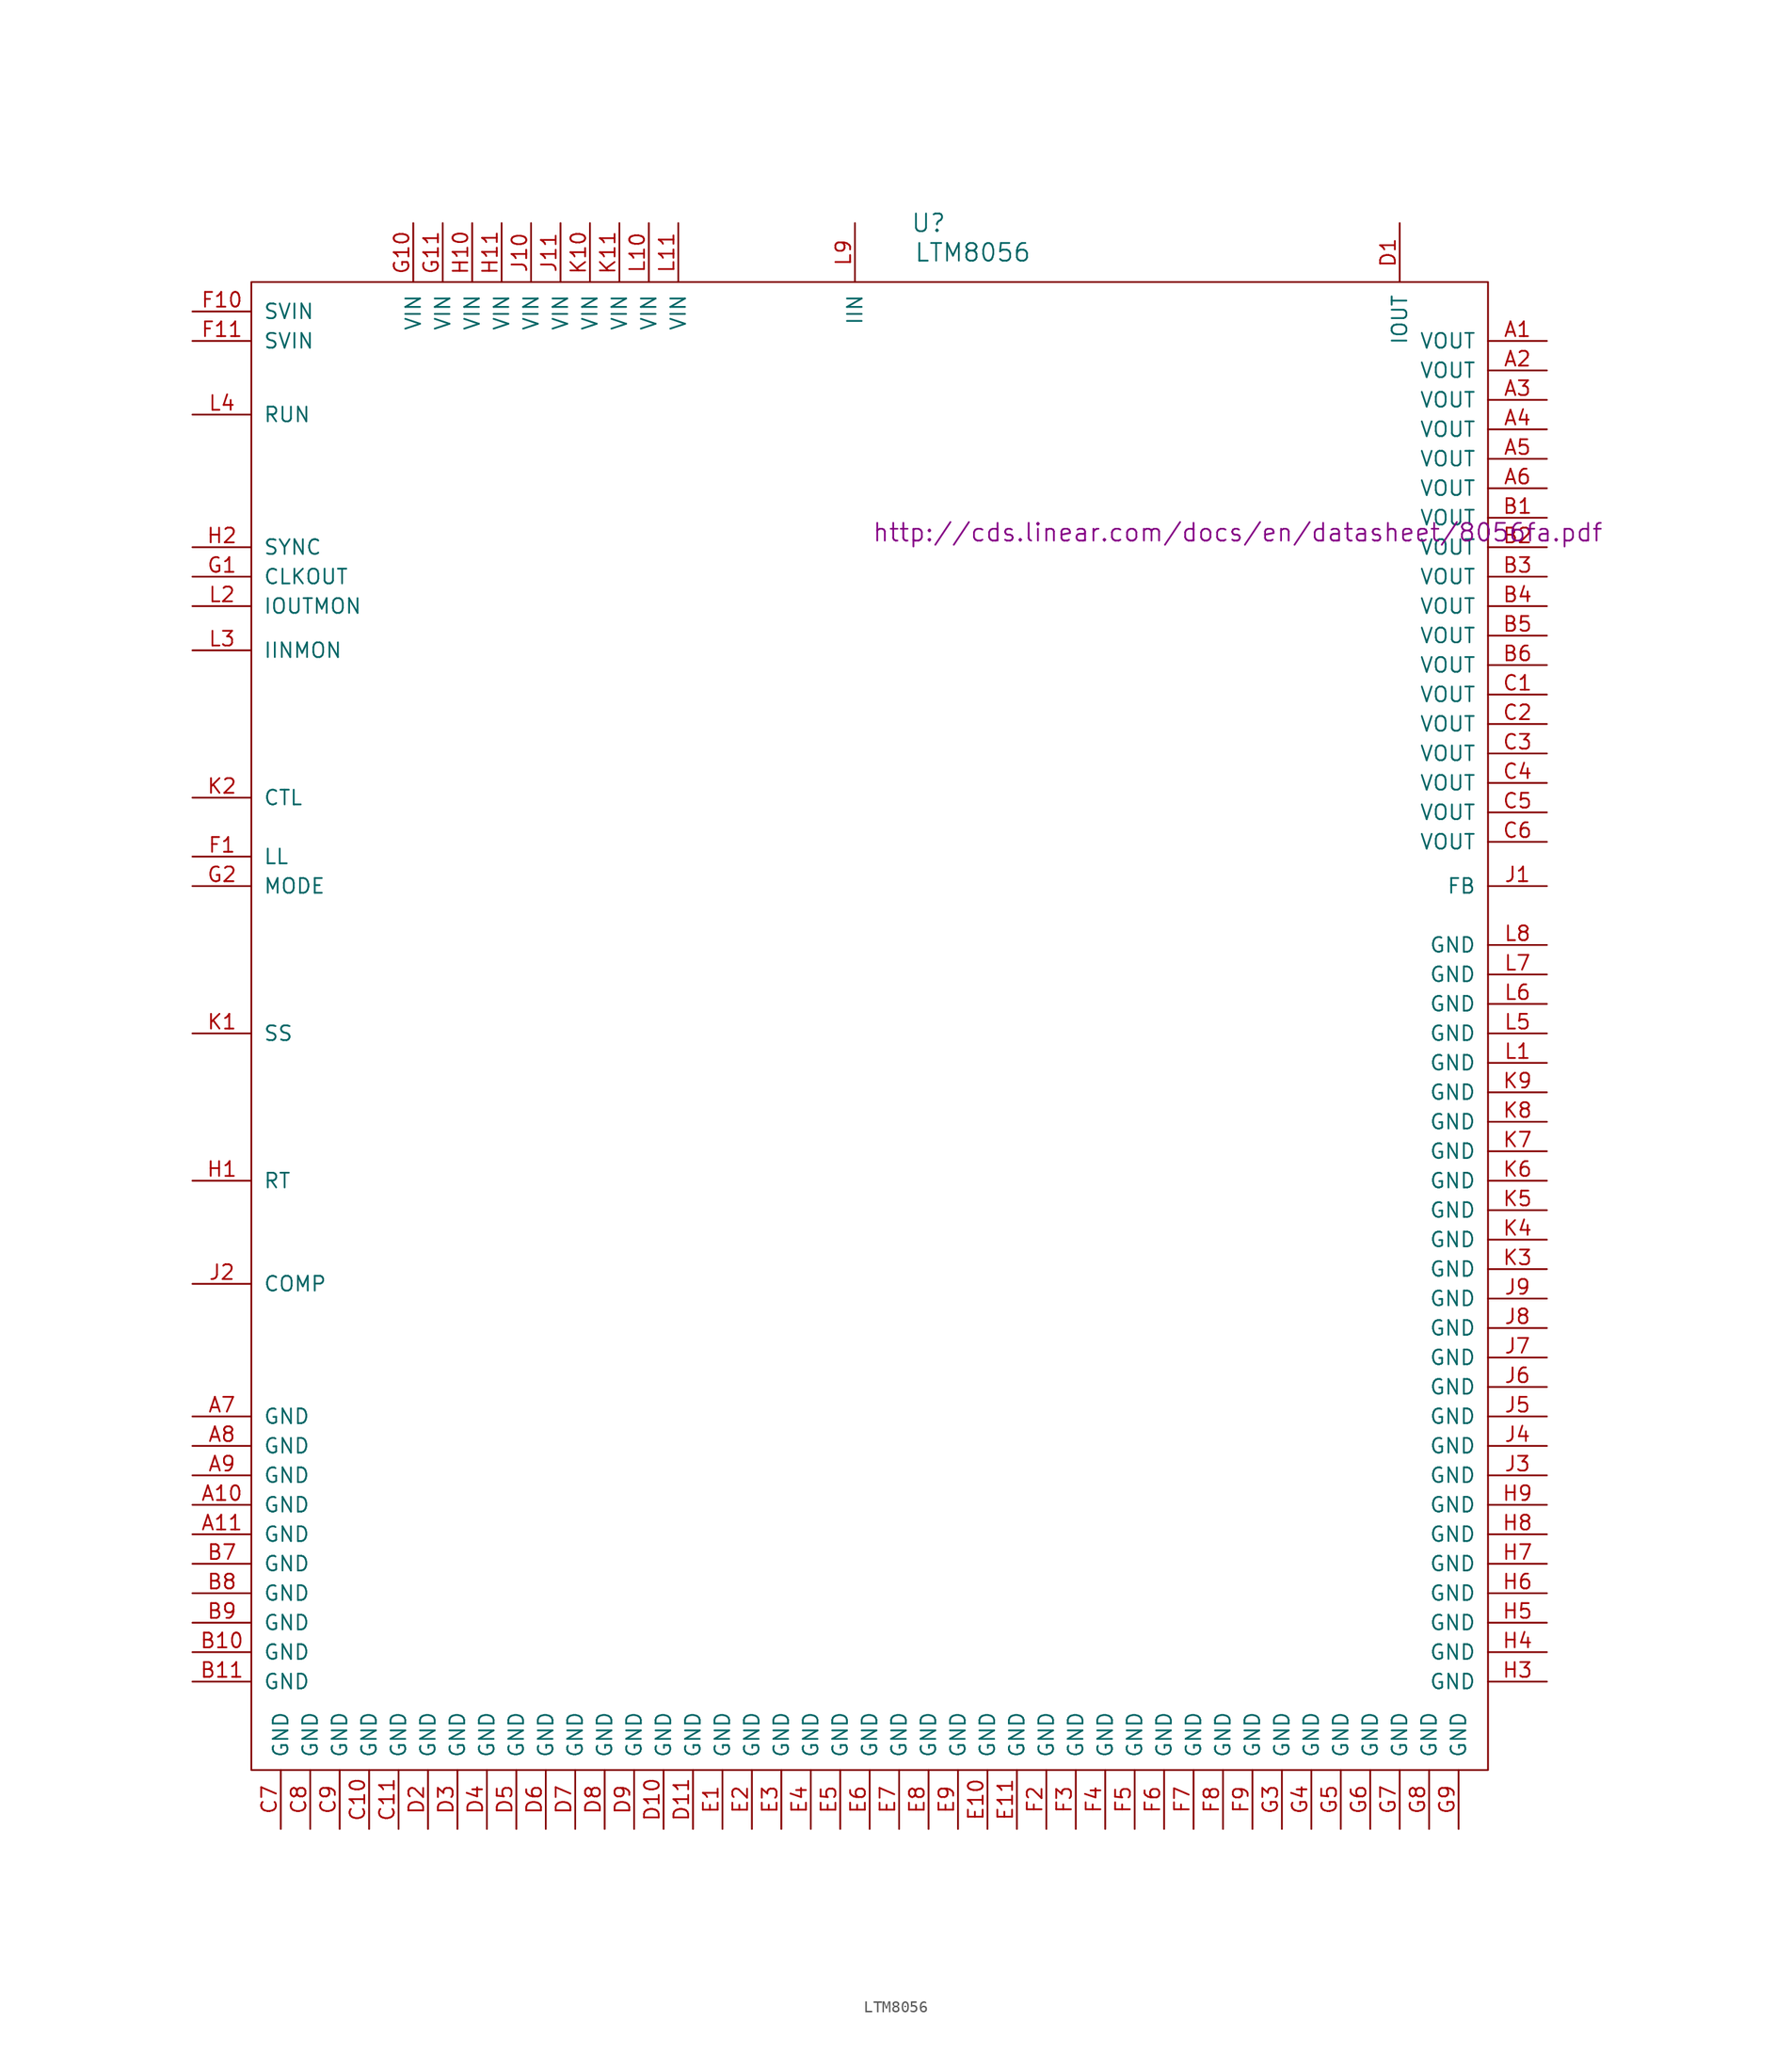
<source format=kicad_sym>
(kicad_symbol_lib
  (version 20220914)
  (generator kicad_symbol_editor)
  (symbol "LTM8056"
    (pin_names
      (offset 1.016))
    (property "Reference" "U"
      (at 5.08 68.58 0)
      (effects (font (size 1.524 1.524))))
    (property "Value" "LTM8056"
      (at 8.89 66.04 0)
      (effects (font (size 1.524 1.524))))
    (property "Footprint" ""
      (at 31.75 41.91 0)
      (effects (font (size 1.524 1.524))))
    (property "Datasheet" "http://cds.linear.com/docs/en/datasheet/8056fa.pdf"
      (at 31.75 41.91 0)
      (effects (font (size 1.524 1.524))))
    (symbol "LTM8056_0_1"
      (rectangle (start -53.34 63.5) (end 53.34 -64.77) (stroke (width 0) (type default)) (fill (type none))))
    (symbol "LTM8056_1_1"
      (pin input line (at 58.42 58.42 180) (length 5.08) (name "VOUT" (effects (font (size 1.27 1.27)))) (number "A1" (effects (font (size 1.27 1.27)))))
      (pin input line (at -58.42 -41.91 0) (length 5.08) (name "GND" (effects (font (size 1.27 1.27)))) (number "A10" (effects (font (size 1.27 1.27)))))
      (pin input line (at -58.42 -44.45 0) (length 5.08) (name "GND" (effects (font (size 1.27 1.27)))) (number "A11" (effects (font (size 1.27 1.27)))))
      (pin input line (at 58.42 55.88 180) (length 5.08) (name "VOUT" (effects (font (size 1.27 1.27)))) (number "A2" (effects (font (size 1.27 1.27)))))
      (pin input line (at 58.42 53.34 180) (length 5.08) (name "VOUT" (effects (font (size 1.27 1.27)))) (number "A3" (effects (font (size 1.27 1.27)))))
      (pin input line (at 58.42 50.8 180) (length 5.08) (name "VOUT" (effects (font (size 1.27 1.27)))) (number "A4" (effects (font (size 1.27 1.27)))))
      (pin input line (at 58.42 48.26 180) (length 5.08) (name "VOUT" (effects (font (size 1.27 1.27)))) (number "A5" (effects (font (size 1.27 1.27)))))
      (pin input line (at 58.42 45.72 180) (length 5.08) (name "VOUT" (effects (font (size 1.27 1.27)))) (number "A6" (effects (font (size 1.27 1.27)))))
      (pin input line (at -58.42 -34.29 0) (length 5.08) (name "GND" (effects (font (size 1.27 1.27)))) (number "A7" (effects (font (size 1.27 1.27)))))
      (pin input line (at -58.42 -36.83 0) (length 5.08) (name "GND" (effects (font (size 1.27 1.27)))) (number "A8" (effects (font (size 1.27 1.27)))))
      (pin input line (at -58.42 -39.37 0) (length 5.08) (name "GND" (effects (font (size 1.27 1.27)))) (number "A9" (effects (font (size 1.27 1.27)))))
      (pin input line (at 58.42 43.18 180) (length 5.08) (name "VOUT" (effects (font (size 1.27 1.27)))) (number "B1" (effects (font (size 1.27 1.27)))))
      (pin input line (at -58.42 -54.61 0) (length 5.08) (name "GND" (effects (font (size 1.27 1.27)))) (number "B10" (effects (font (size 1.27 1.27)))))
      (pin input line (at -58.42 -57.15 0) (length 5.08) (name "GND" (effects (font (size 1.27 1.27)))) (number "B11" (effects (font (size 1.27 1.27)))))
      (pin input line (at 58.42 40.64 180) (length 5.08) (name "VOUT" (effects (font (size 1.27 1.27)))) (number "B2" (effects (font (size 1.27 1.27)))))
      (pin input line (at 58.42 38.1 180) (length 5.08) (name "VOUT" (effects (font (size 1.27 1.27)))) (number "B3" (effects (font (size 1.27 1.27)))))
      (pin input line (at 58.42 35.56 180) (length 5.08) (name "VOUT" (effects (font (size 1.27 1.27)))) (number "B4" (effects (font (size 1.27 1.27)))))
      (pin input line (at 58.42 33.02 180) (length 5.08) (name "VOUT" (effects (font (size 1.27 1.27)))) (number "B5" (effects (font (size 1.27 1.27)))))
      (pin input line (at 58.42 30.48 180) (length 5.08) (name "VOUT" (effects (font (size 1.27 1.27)))) (number "B6" (effects (font (size 1.27 1.27)))))
      (pin input line (at -58.42 -46.99 0) (length 5.08) (name "GND" (effects (font (size 1.27 1.27)))) (number "B7" (effects (font (size 1.27 1.27)))))
      (pin input line (at -58.42 -49.53 0) (length 5.08) (name "GND" (effects (font (size 1.27 1.27)))) (number "B8" (effects (font (size 1.27 1.27)))))
      (pin input line (at -58.42 -52.07 0) (length 5.08) (name "GND" (effects (font (size 1.27 1.27)))) (number "B9" (effects (font (size 1.27 1.27)))))
      (pin input line (at 58.42 27.94 180) (length 5.08) (name "VOUT" (effects (font (size 1.27 1.27)))) (number "C1" (effects (font (size 1.27 1.27)))))
      (pin input line (at -43.18 -69.85 90) (length 5.08) (name "GND" (effects (font (size 1.27 1.27)))) (number "C10" (effects (font (size 1.27 1.27)))))
      (pin input line (at -40.64 -69.85 90) (length 5.08) (name "GND" (effects (font (size 1.27 1.27)))) (number "C11" (effects (font (size 1.27 1.27)))))
      (pin input line (at 58.42 25.4 180) (length 5.08) (name "VOUT" (effects (font (size 1.27 1.27)))) (number "C2" (effects (font (size 1.27 1.27)))))
      (pin input line (at 58.42 22.86 180) (length 5.08) (name "VOUT" (effects (font (size 1.27 1.27)))) (number "C3" (effects (font (size 1.27 1.27)))))
      (pin input line (at 58.42 20.32 180) (length 5.08) (name "VOUT" (effects (font (size 1.27 1.27)))) (number "C4" (effects (font (size 1.27 1.27)))))
      (pin input line (at 58.42 17.78 180) (length 5.08) (name "VOUT" (effects (font (size 1.27 1.27)))) (number "C5" (effects (font (size 1.27 1.27)))))
      (pin input line (at 58.42 15.24 180) (length 5.08) (name "VOUT" (effects (font (size 1.27 1.27)))) (number "C6" (effects (font (size 1.27 1.27)))))
      (pin input line (at -50.8 -69.85 90) (length 5.08) (name "GND" (effects (font (size 1.27 1.27)))) (number "C7" (effects (font (size 1.27 1.27)))))
      (pin input line (at -48.26 -69.85 90) (length 5.08) (name "GND" (effects (font (size 1.27 1.27)))) (number "C8" (effects (font (size 1.27 1.27)))))
      (pin input line (at -45.72 -69.85 90) (length 5.08) (name "GND" (effects (font (size 1.27 1.27)))) (number "C9" (effects (font (size 1.27 1.27)))))
      (pin input line (at 45.72 68.58 270) (length 5.08) (name "IOUT" (effects (font (size 1.27 1.27)))) (number "D1" (effects (font (size 1.27 1.27)))))
      (pin input line (at -17.78 -69.85 90) (length 5.08) (name "GND" (effects (font (size 1.27 1.27)))) (number "D10" (effects (font (size 1.27 1.27)))))
      (pin input line (at -15.24 -69.85 90) (length 5.08) (name "GND" (effects (font (size 1.27 1.27)))) (number "D11" (effects (font (size 1.27 1.27)))))
      (pin input line (at -38.1 -69.85 90) (length 5.08) (name "GND" (effects (font (size 1.27 1.27)))) (number "D2" (effects (font (size 1.27 1.27)))))
      (pin input line (at -35.56 -69.85 90) (length 5.08) (name "GND" (effects (font (size 1.27 1.27)))) (number "D3" (effects (font (size 1.27 1.27)))))
      (pin input line (at -33.02 -69.85 90) (length 5.08) (name "GND" (effects (font (size 1.27 1.27)))) (number "D4" (effects (font (size 1.27 1.27)))))
      (pin input line (at -30.48 -69.85 90) (length 5.08) (name "GND" (effects (font (size 1.27 1.27)))) (number "D5" (effects (font (size 1.27 1.27)))))
      (pin input line (at -27.94 -69.85 90) (length 5.08) (name "GND" (effects (font (size 1.27 1.27)))) (number "D6" (effects (font (size 1.27 1.27)))))
      (pin input line (at -25.4 -69.85 90) (length 5.08) (name "GND" (effects (font (size 1.27 1.27)))) (number "D7" (effects (font (size 1.27 1.27)))))
      (pin input line (at -22.86 -69.85 90) (length 5.08) (name "GND" (effects (font (size 1.27 1.27)))) (number "D8" (effects (font (size 1.27 1.27)))))
      (pin input line (at -20.32 -69.85 90) (length 5.08) (name "GND" (effects (font (size 1.27 1.27)))) (number "D9" (effects (font (size 1.27 1.27)))))
      (pin input line (at -12.7 -69.85 90) (length 5.08) (name "GND" (effects (font (size 1.27 1.27)))) (number "E1" (effects (font (size 1.27 1.27)))))
      (pin input line (at 10.16 -69.85 90) (length 5.08) (name "GND" (effects (font (size 1.27 1.27)))) (number "E10" (effects (font (size 1.27 1.27)))))
      (pin input line (at 12.7 -69.85 90) (length 5.08) (name "GND" (effects (font (size 1.27 1.27)))) (number "E11" (effects (font (size 1.27 1.27)))))
      (pin input line (at -10.16 -69.85 90) (length 5.08) (name "GND" (effects (font (size 1.27 1.27)))) (number "E2" (effects (font (size 1.27 1.27)))))
      (pin input line (at -7.62 -69.85 90) (length 5.08) (name "GND" (effects (font (size 1.27 1.27)))) (number "E3" (effects (font (size 1.27 1.27)))))
      (pin input line (at -5.08 -69.85 90) (length 5.08) (name "GND" (effects (font (size 1.27 1.27)))) (number "E4" (effects (font (size 1.27 1.27)))))
      (pin input line (at -2.54 -69.85 90) (length 5.08) (name "GND" (effects (font (size 1.27 1.27)))) (number "E5" (effects (font (size 1.27 1.27)))))
      (pin input line (at 0 -69.85 90) (length 5.08) (name "GND" (effects (font (size 1.27 1.27)))) (number "E6" (effects (font (size 1.27 1.27)))))
      (pin input line (at 2.54 -69.85 90) (length 5.08) (name "GND" (effects (font (size 1.27 1.27)))) (number "E7" (effects (font (size 1.27 1.27)))))
      (pin input line (at 5.08 -69.85 90) (length 5.08) (name "GND" (effects (font (size 1.27 1.27)))) (number "E8" (effects (font (size 1.27 1.27)))))
      (pin input line (at 7.62 -69.85 90) (length 5.08) (name "GND" (effects (font (size 1.27 1.27)))) (number "E9" (effects (font (size 1.27 1.27)))))
      (pin input line (at -58.42 13.97 0) (length 5.08) (name "LL" (effects (font (size 1.27 1.27)))) (number "F1" (effects (font (size 1.27 1.27)))))
      (pin input line (at -58.42 60.96 0) (length 5.08) (name "SVIN" (effects (font (size 1.27 1.27)))) (number "F10" (effects (font (size 1.27 1.27)))))
      (pin input line (at -58.42 58.42 0) (length 5.08) (name "SVIN" (effects (font (size 1.27 1.27)))) (number "F11" (effects (font (size 1.27 1.27)))))
      (pin input line (at 15.24 -69.85 90) (length 5.08) (name "GND" (effects (font (size 1.27 1.27)))) (number "F2" (effects (font (size 1.27 1.27)))))
      (pin input line (at 17.78 -69.85 90) (length 5.08) (name "GND" (effects (font (size 1.27 1.27)))) (number "F3" (effects (font (size 1.27 1.27)))))
      (pin input line (at 20.32 -69.85 90) (length 5.08) (name "GND" (effects (font (size 1.27 1.27)))) (number "F4" (effects (font (size 1.27 1.27)))))
      (pin input line (at 22.86 -69.85 90) (length 5.08) (name "GND" (effects (font (size 1.27 1.27)))) (number "F5" (effects (font (size 1.27 1.27)))))
      (pin input line (at 25.4 -69.85 90) (length 5.08) (name "GND" (effects (font (size 1.27 1.27)))) (number "F6" (effects (font (size 1.27 1.27)))))
      (pin input line (at 27.94 -69.85 90) (length 5.08) (name "GND" (effects (font (size 1.27 1.27)))) (number "F7" (effects (font (size 1.27 1.27)))))
      (pin input line (at 30.48 -69.85 90) (length 5.08) (name "GND" (effects (font (size 1.27 1.27)))) (number "F8" (effects (font (size 1.27 1.27)))))
      (pin input line (at 33.02 -69.85 90) (length 5.08) (name "GND" (effects (font (size 1.27 1.27)))) (number "F9" (effects (font (size 1.27 1.27)))))
      (pin input line (at -58.42 38.1 0) (length 5.08) (name "CLKOUT" (effects (font (size 1.27 1.27)))) (number "G1" (effects (font (size 1.27 1.27)))))
      (pin input line (at -39.37 68.58 270) (length 5.08) (name "VIN" (effects (font (size 1.27 1.27)))) (number "G10" (effects (font (size 1.27 1.27)))))
      (pin input line (at -36.83 68.58 270) (length 5.08) (name "VIN" (effects (font (size 1.27 1.27)))) (number "G11" (effects (font (size 1.27 1.27)))))
      (pin input line (at -58.42 11.43 0) (length 5.08) (name "MODE" (effects (font (size 1.27 1.27)))) (number "G2" (effects (font (size 1.27 1.27)))))
      (pin input line (at 35.56 -69.85 90) (length 5.08) (name "GND" (effects (font (size 1.27 1.27)))) (number "G3" (effects (font (size 1.27 1.27)))))
      (pin input line (at 38.1 -69.85 90) (length 5.08) (name "GND" (effects (font (size 1.27 1.27)))) (number "G4" (effects (font (size 1.27 1.27)))))
      (pin input line (at 40.64 -69.85 90) (length 5.08) (name "GND" (effects (font (size 1.27 1.27)))) (number "G5" (effects (font (size 1.27 1.27)))))
      (pin input line (at 43.18 -69.85 90) (length 5.08) (name "GND" (effects (font (size 1.27 1.27)))) (number "G6" (effects (font (size 1.27 1.27)))))
      (pin input line (at 45.72 -69.85 90) (length 5.08) (name "GND" (effects (font (size 1.27 1.27)))) (number "G7" (effects (font (size 1.27 1.27)))))
      (pin input line (at 48.26 -69.85 90) (length 5.08) (name "GND" (effects (font (size 1.27 1.27)))) (number "G8" (effects (font (size 1.27 1.27)))))
      (pin input line (at 50.8 -69.85 90) (length 5.08) (name "GND" (effects (font (size 1.27 1.27)))) (number "G9" (effects (font (size 1.27 1.27)))))
      (pin input line (at -58.42 -13.97 0) (length 5.08) (name "RT" (effects (font (size 1.27 1.27)))) (number "H1" (effects (font (size 1.27 1.27)))))
      (pin input line (at -34.29 68.58 270) (length 5.08) (name "VIN" (effects (font (size 1.27 1.27)))) (number "H10" (effects (font (size 1.27 1.27)))))
      (pin input line (at -31.75 68.58 270) (length 5.08) (name "VIN" (effects (font (size 1.27 1.27)))) (number "H11" (effects (font (size 1.27 1.27)))))
      (pin input line (at -58.42 40.64 0) (length 5.08) (name "SYNC" (effects (font (size 1.27 1.27)))) (number "H2" (effects (font (size 1.27 1.27)))))
      (pin input line (at 58.42 -57.15 180) (length 5.08) (name "GND" (effects (font (size 1.27 1.27)))) (number "H3" (effects (font (size 1.27 1.27)))))
      (pin input line (at 58.42 -54.61 180) (length 5.08) (name "GND" (effects (font (size 1.27 1.27)))) (number "H4" (effects (font (size 1.27 1.27)))))
      (pin input line (at 58.42 -52.07 180) (length 5.08) (name "GND" (effects (font (size 1.27 1.27)))) (number "H5" (effects (font (size 1.27 1.27)))))
      (pin input line (at 58.42 -49.53 180) (length 5.08) (name "GND" (effects (font (size 1.27 1.27)))) (number "H6" (effects (font (size 1.27 1.27)))))
      (pin input line (at 58.42 -46.99 180) (length 5.08) (name "GND" (effects (font (size 1.27 1.27)))) (number "H7" (effects (font (size 1.27 1.27)))))
      (pin input line (at 58.42 -44.45 180) (length 5.08) (name "GND" (effects (font (size 1.27 1.27)))) (number "H8" (effects (font (size 1.27 1.27)))))
      (pin input line (at 58.42 -41.91 180) (length 5.08) (name "GND" (effects (font (size 1.27 1.27)))) (number "H9" (effects (font (size 1.27 1.27)))))
      (pin input line (at 58.42 11.43 180) (length 5.08) (name "FB" (effects (font (size 1.27 1.27)))) (number "J1" (effects (font (size 1.27 1.27)))))
      (pin input line (at -29.21 68.58 270) (length 5.08) (name "VIN" (effects (font (size 1.27 1.27)))) (number "J10" (effects (font (size 1.27 1.27)))))
      (pin input line (at -26.67 68.58 270) (length 5.08) (name "VIN" (effects (font (size 1.27 1.27)))) (number "J11" (effects (font (size 1.27 1.27)))))
      (pin input line (at -58.42 -22.86 0) (length 5.08) (name "COMP" (effects (font (size 1.27 1.27)))) (number "J2" (effects (font (size 1.27 1.27)))))
      (pin input line (at 58.42 -39.37 180) (length 5.08) (name "GND" (effects (font (size 1.27 1.27)))) (number "J3" (effects (font (size 1.27 1.27)))))
      (pin input line (at 58.42 -36.83 180) (length 5.08) (name "GND" (effects (font (size 1.27 1.27)))) (number "J4" (effects (font (size 1.27 1.27)))))
      (pin input line (at 58.42 -34.29 180) (length 5.08) (name "GND" (effects (font (size 1.27 1.27)))) (number "J5" (effects (font (size 1.27 1.27)))))
      (pin input line (at 58.42 -31.75 180) (length 5.08) (name "GND" (effects (font (size 1.27 1.27)))) (number "J6" (effects (font (size 1.27 1.27)))))
      (pin input line (at 58.42 -29.21 180) (length 5.08) (name "GND" (effects (font (size 1.27 1.27)))) (number "J7" (effects (font (size 1.27 1.27)))))
      (pin input line (at 58.42 -26.67 180) (length 5.08) (name "GND" (effects (font (size 1.27 1.27)))) (number "J8" (effects (font (size 1.27 1.27)))))
      (pin input line (at 58.42 -24.13 180) (length 5.08) (name "GND" (effects (font (size 1.27 1.27)))) (number "J9" (effects (font (size 1.27 1.27)))))
      (pin input line (at -58.42 -1.27 0) (length 5.08) (name "SS" (effects (font (size 1.27 1.27)))) (number "K1" (effects (font (size 1.27 1.27)))))
      (pin input line (at -24.13 68.58 270) (length 5.08) (name "VIN" (effects (font (size 1.27 1.27)))) (number "K10" (effects (font (size 1.27 1.27)))))
      (pin input line (at -21.59 68.58 270) (length 5.08) (name "VIN" (effects (font (size 1.27 1.27)))) (number "K11" (effects (font (size 1.27 1.27)))))
      (pin input line (at -58.42 19.05 0) (length 5.08) (name "CTL" (effects (font (size 1.27 1.27)))) (number "K2" (effects (font (size 1.27 1.27)))))
      (pin input line (at 58.42 -21.59 180) (length 5.08) (name "GND" (effects (font (size 1.27 1.27)))) (number "K3" (effects (font (size 1.27 1.27)))))
      (pin input line (at 58.42 -19.05 180) (length 5.08) (name "GND" (effects (font (size 1.27 1.27)))) (number "K4" (effects (font (size 1.27 1.27)))))
      (pin input line (at 58.42 -16.51 180) (length 5.08) (name "GND" (effects (font (size 1.27 1.27)))) (number "K5" (effects (font (size 1.27 1.27)))))
      (pin input line (at 58.42 -13.97 180) (length 5.08) (name "GND" (effects (font (size 1.27 1.27)))) (number "K6" (effects (font (size 1.27 1.27)))))
      (pin input line (at 58.42 -11.43 180) (length 5.08) (name "GND" (effects (font (size 1.27 1.27)))) (number "K7" (effects (font (size 1.27 1.27)))))
      (pin input line (at 58.42 -8.89 180) (length 5.08) (name "GND" (effects (font (size 1.27 1.27)))) (number "K8" (effects (font (size 1.27 1.27)))))
      (pin input line (at 58.42 -6.35 180) (length 5.08) (name "GND" (effects (font (size 1.27 1.27)))) (number "K9" (effects (font (size 1.27 1.27)))))
      (pin input line (at 58.42 -3.81 180) (length 5.08) (name "GND" (effects (font (size 1.27 1.27)))) (number "L1" (effects (font (size 1.27 1.27)))))
      (pin input line (at -19.05 68.58 270) (length 5.08) (name "VIN" (effects (font (size 1.27 1.27)))) (number "L10" (effects (font (size 1.27 1.27)))))
      (pin input line (at -16.51 68.58 270) (length 5.08) (name "VIN" (effects (font (size 1.27 1.27)))) (number "L11" (effects (font (size 1.27 1.27)))))
      (pin input line (at -58.42 35.56 0) (length 5.08) (name "IOUTMON" (effects (font (size 1.27 1.27)))) (number "L2" (effects (font (size 1.27 1.27)))))
      (pin input line (at -58.42 31.75 0) (length 5.08) (name "IINMON" (effects (font (size 1.27 1.27)))) (number "L3" (effects (font (size 1.27 1.27)))))
      (pin input line (at -58.42 52.07 0) (length 5.08) (name "RUN" (effects (font (size 1.27 1.27)))) (number "L4" (effects (font (size 1.27 1.27)))))
      (pin input line (at 58.42 -1.27 180) (length 5.08) (name "GND" (effects (font (size 1.27 1.27)))) (number "L5" (effects (font (size 1.27 1.27)))))
      (pin input line (at 58.42 1.27 180) (length 5.08) (name "GND" (effects (font (size 1.27 1.27)))) (number "L6" (effects (font (size 1.27 1.27)))))
      (pin input line (at 58.42 3.81 180) (length 5.08) (name "GND" (effects (font (size 1.27 1.27)))) (number "L7" (effects (font (size 1.27 1.27)))))
      (pin input line (at 58.42 6.35 180) (length 5.08) (name "GND" (effects (font (size 1.27 1.27)))) (number "L8" (effects (font (size 1.27 1.27)))))
      (pin input line (at -1.27 68.58 270) (length 5.08) (name "IIN" (effects (font (size 1.27 1.27)))) (number "L9" (effects (font (size 1.27 1.27))))))))
</source>
